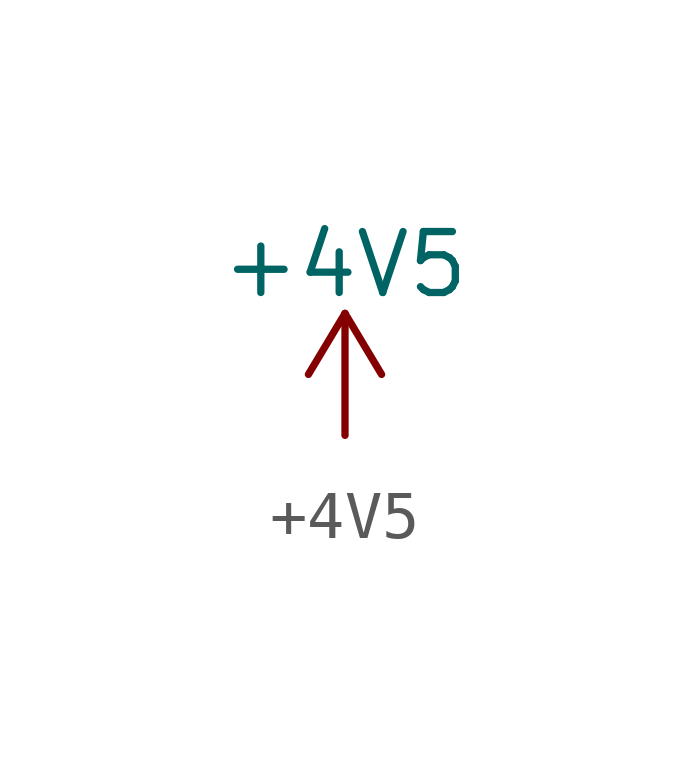
<source format=kicad_sym>
(kicad_symbol_lib
  (version 20210619)
  (generator kicad_symbol_editor)
  (symbol "PrecisionCurrentSource:+4V5"
    (power)
    (pin_names
      (offset 0))
    (property "Reference" "#PWR"
      (at 0 -3.81 0)
      (effects (font (size 1.27 1.27)) hide))
    (property "Value" "+4V5"
      (at 0 3.556 0)
      (effects (font (size 1.27 1.27))))
    (symbol "+4V5_0_1"
      (polyline (pts (xy -0.762 1.27) (xy 0 2.54)) (stroke (width 0)) (fill (type none)))
      (polyline (pts (xy 0 0) (xy 0 2.54)) (stroke (width 0)) (fill (type none)))
      (polyline (pts (xy 0 2.54) (xy 0.762 1.27)) (stroke (width 0)) (fill (type none))))
    (symbol "+4V5_1_1"
      (pin power_in line (at 0 0 90) (length 0) hide (name "+4V5" (effects (font (size 1.27 1.27)))) (number "1" (effects (font (size 1.27 1.27))))))))
</source>
